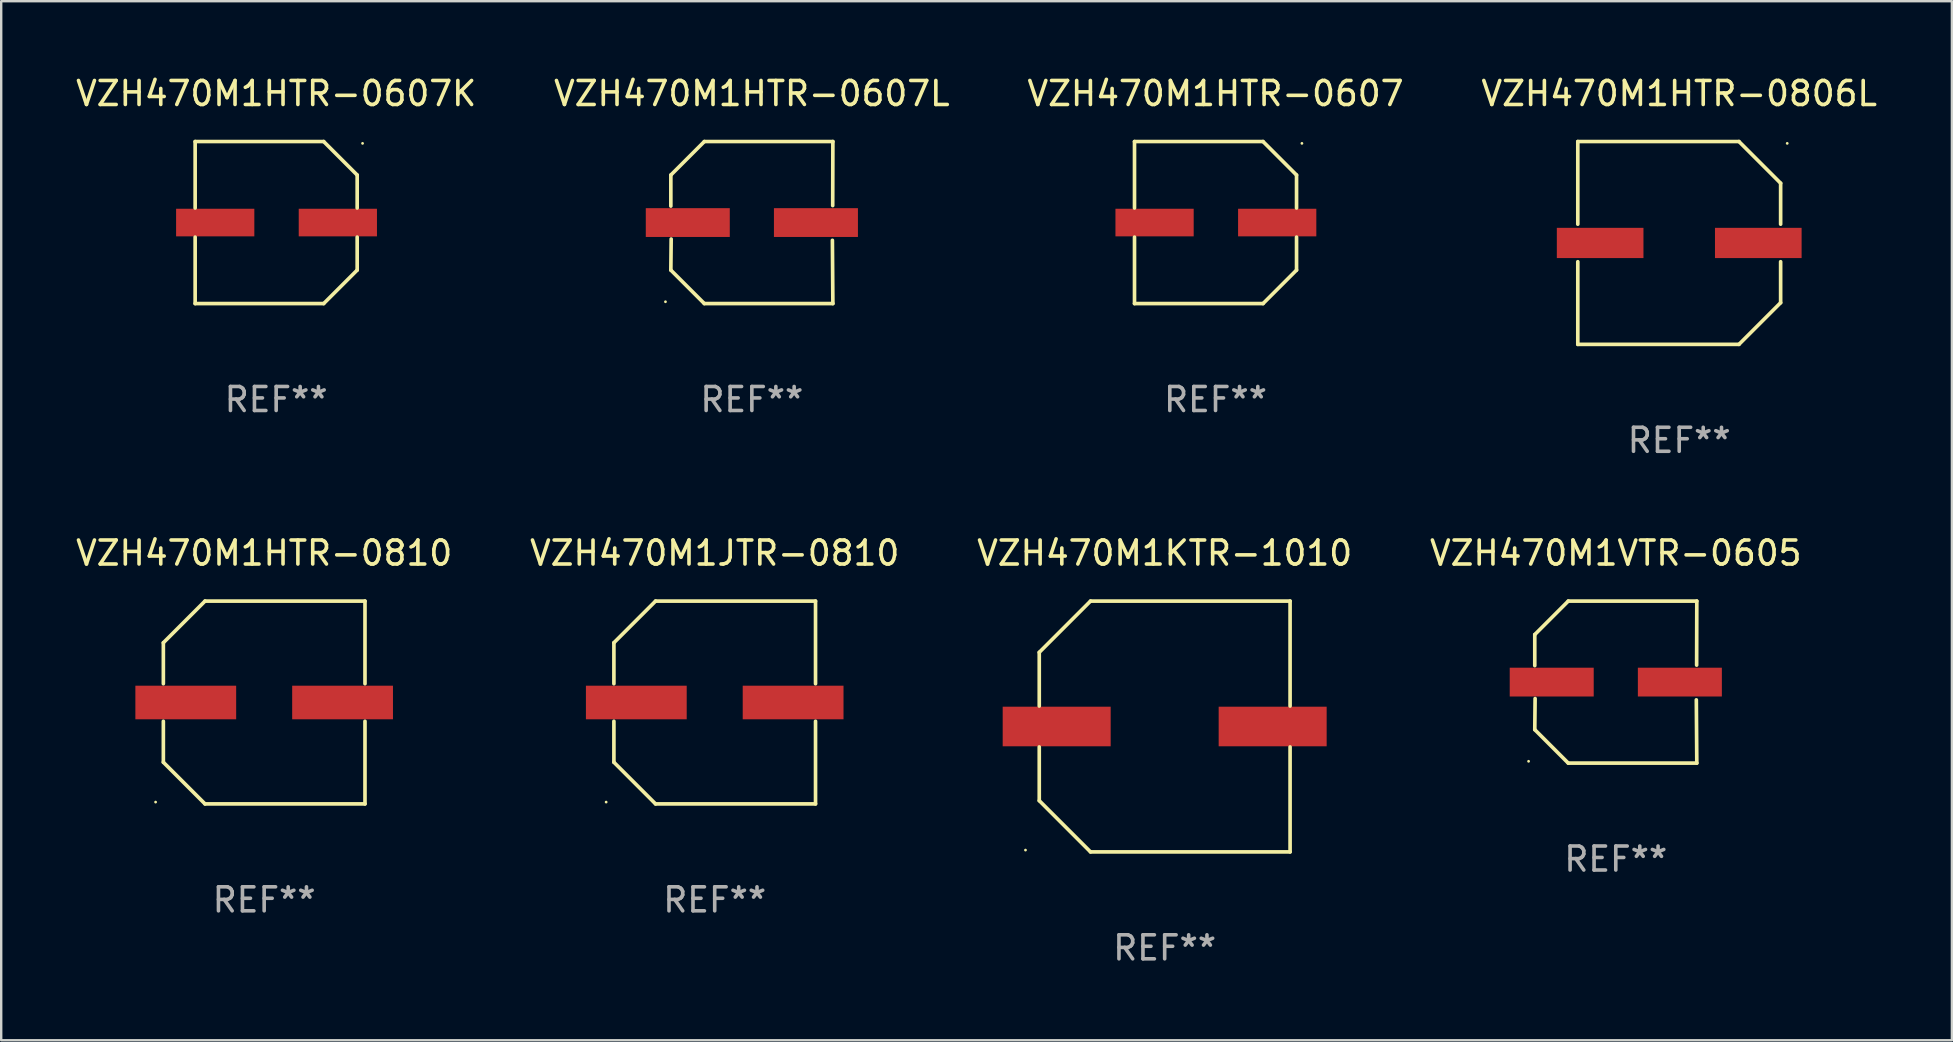
<source format=kicad_pcb>
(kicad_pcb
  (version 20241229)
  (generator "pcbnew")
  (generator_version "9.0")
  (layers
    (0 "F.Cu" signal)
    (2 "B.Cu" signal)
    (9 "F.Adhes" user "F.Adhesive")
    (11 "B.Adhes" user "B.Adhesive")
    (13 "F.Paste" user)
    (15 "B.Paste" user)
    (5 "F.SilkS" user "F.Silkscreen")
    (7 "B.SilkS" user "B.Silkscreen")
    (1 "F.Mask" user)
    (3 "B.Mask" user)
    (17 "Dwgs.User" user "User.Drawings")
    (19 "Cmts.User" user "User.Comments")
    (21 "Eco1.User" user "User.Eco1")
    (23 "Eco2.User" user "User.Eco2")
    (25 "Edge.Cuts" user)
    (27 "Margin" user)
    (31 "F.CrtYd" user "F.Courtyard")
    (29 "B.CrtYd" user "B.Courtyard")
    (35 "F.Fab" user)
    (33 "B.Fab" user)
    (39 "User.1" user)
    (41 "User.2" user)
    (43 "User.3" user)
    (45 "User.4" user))
  (footprint "VZH470M1HTR-0810"
    (layer "F.Cu")
    (at 7.958 26.223)
    (property "Reference" "VZH470M1HTR-0810" (at 0 -6.226 0) (layer "F.SilkS") (effects (font (size 1 1) (thickness 0.15))))
    (attr through_hole)
    (fp_line (start -4.201 -2.49) (end -4.201 -0.782) (stroke (width 0.152) (type solid)) (layer "F.SilkS"))
    (fp_line (start -4.201 2.49) (end -4.201 0.782) (stroke (width 0.152) (type solid)) (layer "F.SilkS"))
    (fp_line (start -2.465 -4.226) (end -4.201 -2.49) (stroke (width 0.152) (type solid)) (layer "F.SilkS"))
    (fp_line (start -2.465 4.226) (end -4.201 2.49) (stroke (width 0.152) (type solid)) (layer "F.SilkS"))
    (fp_line (start 4.201 -4.226) (end -2.465 -4.226) (stroke (width 0.152) (type solid)) (layer "F.SilkS"))
    (fp_line (start 4.201 -0.782) (end 4.201 -4.226) (stroke (width 0.152) (type solid)) (layer "F.SilkS"))
    (fp_line (start 4.201 0.782) (end 4.201 4.226) (stroke (width 0.152) (type solid)) (layer "F.SilkS"))
    (fp_line (start 4.201 4.226) (end -2.465 4.226) (stroke (width 0.152) (type solid)) (layer "F.SilkS"))
    (fp_circle (center -4.524 4.15) (end -4.494 4.15) (stroke (width 0.06) (type solid)) (fill no) (layer "F.SilkS"))
    (fp_text user "REF**" (at 0 8.226 0) (layer "F.Fab") (effects (font (size 1 1) (thickness 0.15))))
    (pad "1" smd rect (at -3.267 0) (size 4.2 1.4) (layers "F.Cu" "F.Mask" "F.Paste"))
    (pad "2" smd rect (at 3.267 0) (size 4.2 1.4) (layers "F.Cu" "F.Mask" "F.Paste")))
  (footprint "VZH470M1JTR-0810"
    (layer "F.Cu")
    (at 26.732 26.223)
    (property "Reference" "VZH470M1JTR-0810" (at 0 -6.226 0) (layer "F.SilkS") (effects (font (size 1 1) (thickness 0.15))))
    (attr through_hole)
    (fp_line (start -4.201 -2.49) (end -4.201 -0.782) (stroke (width 0.152) (type solid)) (layer "F.SilkS"))
    (fp_line (start -4.201 2.49) (end -4.201 0.782) (stroke (width 0.152) (type solid)) (layer "F.SilkS"))
    (fp_line (start -2.465 -4.226) (end -4.201 -2.49) (stroke (width 0.152) (type solid)) (layer "F.SilkS"))
    (fp_line (start -2.465 4.226) (end -4.201 2.49) (stroke (width 0.152) (type solid)) (layer "F.SilkS"))
    (fp_line (start 4.201 -4.226) (end -2.465 -4.226) (stroke (width 0.152) (type solid)) (layer "F.SilkS"))
    (fp_line (start 4.201 -0.782) (end 4.201 -4.226) (stroke (width 0.152) (type solid)) (layer "F.SilkS"))
    (fp_line (start 4.201 0.782) (end 4.201 4.226) (stroke (width 0.152) (type solid)) (layer "F.SilkS"))
    (fp_line (start 4.201 4.226) (end -2.465 4.226) (stroke (width 0.152) (type solid)) (layer "F.SilkS"))
    (fp_circle (center -4.524 4.15) (end -4.494 4.15) (stroke (width 0.06) (type solid)) (fill no) (layer "F.SilkS"))
    (fp_text user "REF**" (at 0 8.226 0) (layer "F.Fab") (effects (font (size 1 1) (thickness 0.15))))
    (pad "1" smd rect (at -3.267 0) (size 4.2 1.4) (layers "F.Cu" "F.Mask" "F.Paste"))
    (pad "2" smd rect (at 3.267 0) (size 4.2 1.4) (layers "F.Cu" "F.Mask" "F.Paste")))
  (footprint "VZH470M1VTR-0605"
    (layer "F.Cu")
    (at 64.28 25.373)
    (property "Reference" "VZH470M1VTR-0605" (at 0 -5.376 0) (layer "F.SilkS") (effects (font (size 1 1) (thickness 0.15))))
    (attr through_hole)
    (fp_line (start -3.376 -1.98) (end -3.376 -0.686) (stroke (width 0.152) (type solid)) (layer "F.SilkS"))
    (fp_line (start -3.376 1.981) (end -3.362 0.686) (stroke (width 0.152) (type solid)) (layer "F.SilkS"))
    (fp_line (start -1.981 3.376) (end -3.376 1.981) (stroke (width 0.152) (type solid)) (layer "F.SilkS"))
    (fp_line (start -1.98 -3.376) (end -3.376 -1.98) (stroke (width 0.152) (type solid)) (layer "F.SilkS"))
    (fp_line (start 3.356 0.74) (end 3.376 3.376) (stroke (width 0.152) (type solid)) (layer "F.SilkS"))
    (fp_line (start 3.369 -0.707) (end 3.376 -3.376) (stroke (width 0.152) (type solid)) (layer "F.SilkS"))
    (fp_line (start 3.376 3.376) (end -1.981 3.376) (stroke (width 0.152) (type solid)) (layer "F.SilkS"))
    (fp_line (start 3.376 -3.376) (end -1.98 -3.376) (stroke (width 0.152) (type solid)) (layer "F.SilkS"))
    (fp_circle (center -3.634 3.3) (end -3.604 3.3) (stroke (width 0.06) (type solid)) (fill no) (layer "F.SilkS"))
    (fp_text user "REF**" (at 0 7.376 0) (layer "F.Fab") (effects (font (size 1 1) (thickness 0.15))))
    (pad "1" smd rect (at -2.67 0.000254) (size 3.5 1.2) (layers "F.Cu" "F.Mask" "F.Paste"))
    (pad "2" smd rect (at 2.67 0.000254) (size 3.5 1.2) (layers "F.Cu" "F.Mask" "F.Paste")))
  (footprint "VZH470M1HTR-0806L"
    (layer "F.Cu")
    (at 66.923 7.074)
    (property "Reference" "VZH470M1HTR-0806L" (at 0 -6.226 0) (layer "F.SilkS") (effects (font (size 1 1) (thickness 0.15))))
    (attr through_hole)
    (fp_line (start -4.226 -4.226) (end 2.49 -4.226) (stroke (width 0.152) (type solid)) (layer "F.SilkS"))
    (fp_line (start -4.226 -0.782) (end -4.226 -4.226) (stroke (width 0.152) (type solid)) (layer "F.SilkS"))
    (fp_line (start -4.226 0.782) (end -4.226 4.226) (stroke (width 0.152) (type solid)) (layer "F.SilkS"))
    (fp_line (start -4.226 4.226) (end 2.49 4.226) (stroke (width 0.152) (type solid)) (layer "F.SilkS"))
    (fp_line (start 2.49 -4.226) (end 4.226 -2.49) (stroke (width 0.152) (type solid)) (layer "F.SilkS"))
    (fp_line (start 2.49 4.226) (end 4.226 2.49) (stroke (width 0.152) (type solid)) (layer "F.SilkS"))
    (fp_line (start 4.226 -2.49) (end 4.226 -0.782) (stroke (width 0.152) (type solid)) (layer "F.SilkS"))
    (fp_line (start 4.226 2.49) (end 4.226 0.782) (stroke (width 0.152) (type solid)) (layer "F.SilkS"))
    (fp_circle (center 4.5 -4.15) (end 4.53 -4.15) (stroke (width 0.06) (type solid)) (fill no) (layer "F.SilkS"))
    (fp_text user "REF**" (at 0 8.226 0) (layer "F.Fab") (effects (font (size 1 1) (thickness 0.15))))
    (pad "1" smd rect (at 3.295 0 180) (size 3.61 1.26) (layers "F.Cu" "F.Mask" "F.Paste"))
    (pad "2" smd rect (at -3.295 0 180) (size 3.61 1.26) (layers "F.Cu" "F.Mask" "F.Paste")))
  (footprint "VZH470M1HTR-0607K"
    (layer "F.Cu")
    (at 8.458 6.224)
    (property "Reference" "VZH470M1HTR-0607K" (at 0 -5.376 0) (layer "F.SilkS") (effects (font (size 1 1) (thickness 0.15))))
    (attr through_hole)
    (fp_line (start -3.376 -3.376) (end 1.98 -3.376) (stroke (width 0.152) (type solid)) (layer "F.SilkS"))
    (fp_line (start -3.376 -0.607) (end -3.376 -3.376) (stroke (width 0.152) (type solid)) (layer "F.SilkS"))
    (fp_line (start -3.376 0.607) (end -3.376 3.376) (stroke (width 0.152) (type solid)) (layer "F.SilkS"))
    (fp_line (start -3.376 3.376) (end 1.98 3.376) (stroke (width 0.152) (type solid)) (layer "F.SilkS"))
    (fp_line (start 1.98 -3.376) (end 3.376 -1.98) (stroke (width 0.152) (type solid)) (layer "F.SilkS"))
    (fp_line (start 1.98 3.376) (end 3.376 1.98) (stroke (width 0.152) (type solid)) (layer "F.SilkS"))
    (fp_line (start 3.376 -1.98) (end 3.376 -0.607) (stroke (width 0.152) (type solid)) (layer "F.SilkS"))
    (fp_line (start 3.376 1.98) (end 3.376 0.607) (stroke (width 0.152) (type solid)) (layer "F.SilkS"))
    (fp_circle (center 3.6 -3.3) (end 3.63 -3.3) (stroke (width 0.06) (type solid)) (fill no) (layer "F.SilkS"))
    (fp_text user "REF**" (at 0 7.376 0) (layer "F.Fab") (effects (font (size 1 1) (thickness 0.15))))
    (pad "1" smd rect (at 2.57 0 180) (size 3.26 1.15) (layers "F.Cu" "F.Mask" "F.Paste"))
    (pad "2" smd rect (at -2.54 0 180) (size 3.26 1.15) (layers "F.Cu" "F.Mask" "F.Paste")))
  (footprint "VZH470M1HTR-0607"
    (layer "F.Cu")
    (at 47.601 6.224)
    (property "Reference" "VZH470M1HTR-0607" (at 0 -5.376 0) (layer "F.SilkS") (effects (font (size 1 1) (thickness 0.15))))
    (attr through_hole)
    (fp_line (start -3.376 -3.376) (end 1.98 -3.376) (stroke (width 0.152) (type solid)) (layer "F.SilkS"))
    (fp_line (start -3.376 -0.607) (end -3.376 -3.376) (stroke (width 0.152) (type solid)) (layer "F.SilkS"))
    (fp_line (start -3.376 0.607) (end -3.376 3.376) (stroke (width 0.152) (type solid)) (layer "F.SilkS"))
    (fp_line (start -3.376 3.376) (end 1.98 3.376) (stroke (width 0.152) (type solid)) (layer "F.SilkS"))
    (fp_line (start 1.98 -3.376) (end 3.376 -1.98) (stroke (width 0.152) (type solid)) (layer "F.SilkS"))
    (fp_line (start 1.98 3.376) (end 3.376 1.98) (stroke (width 0.152) (type solid)) (layer "F.SilkS"))
    (fp_line (start 3.376 -1.98) (end 3.376 -0.607) (stroke (width 0.152) (type solid)) (layer "F.SilkS"))
    (fp_line (start 3.376 1.98) (end 3.376 0.607) (stroke (width 0.152) (type solid)) (layer "F.SilkS"))
    (fp_circle (center 3.6 -3.3) (end 3.63 -3.3) (stroke (width 0.06) (type solid)) (fill no) (layer "F.SilkS"))
    (fp_text user "REF**" (at 0 7.376 0) (layer "F.Fab") (effects (font (size 1 1) (thickness 0.15))))
    (pad "1" smd rect (at 2.57 0 180) (size 3.26 1.15) (layers "F.Cu" "F.Mask" "F.Paste"))
    (pad "2" smd rect (at -2.54 0 180) (size 3.26 1.15) (layers "F.Cu" "F.Mask" "F.Paste")))
  (footprint "VZH470M1HTR-0607L"
    (layer "F.Cu")
    (at 28.28 6.224)
    (property "Reference" "VZH470M1HTR-0607L" (at 0 -5.376 0) (layer "F.SilkS") (effects (font (size 1 1) (thickness 0.15))))
    (attr through_hole)
    (fp_line (start -3.376 -1.98) (end -3.376 -0.686) (stroke (width 0.152) (type solid)) (layer "F.SilkS"))
    (fp_line (start -3.376 1.981) (end -3.362 0.686) (stroke (width 0.152) (type solid)) (layer "F.SilkS"))
    (fp_line (start -1.981 3.376) (end -3.376 1.981) (stroke (width 0.152) (type solid)) (layer "F.SilkS"))
    (fp_line (start -1.98 -3.376) (end -3.376 -1.98) (stroke (width 0.152) (type solid)) (layer "F.SilkS"))
    (fp_line (start 3.356 0.74) (end 3.376 3.376) (stroke (width 0.152) (type solid)) (layer "F.SilkS"))
    (fp_line (start 3.369 -0.707) (end 3.376 -3.376) (stroke (width 0.152) (type solid)) (layer "F.SilkS"))
    (fp_line (start 3.376 3.376) (end -1.981 3.376) (stroke (width 0.152) (type solid)) (layer "F.SilkS"))
    (fp_line (start 3.376 -3.376) (end -1.98 -3.376) (stroke (width 0.152) (type solid)) (layer "F.SilkS"))
    (fp_circle (center -3.6 3.3) (end -3.57 3.3) (stroke (width 0.06) (type solid)) (fill no) (layer "F.SilkS"))
    (fp_text user "REF**" (at 0 7.376 0) (layer "F.Fab") (effects (font (size 1 1) (thickness 0.15))))
    (pad "1" smd rect (at -2.67 0.000381) (size 3.5 1.2) (layers "F.Cu" "F.Mask" "F.Paste"))
    (pad "2" smd rect (at 2.67 0.000381) (size 3.5 1.2) (layers "F.Cu" "F.Mask" "F.Paste")))
  (footprint "VZH470M1KTR-1010"
    (layer "F.Cu")
    (at 45.482 27.223)
    (property "Reference" "VZH470M1KTR-1010" (at 0 -7.226 0) (layer "F.SilkS") (effects (font (size 1 1) (thickness 0.15))))
    (attr through_hole)
    (fp_line (start -5.226 -3.09) (end -5.226 -0.852) (stroke (width 0.152) (type solid)) (layer "F.SilkS"))
    (fp_line (start -5.226 3.09) (end -5.226 0.852) (stroke (width 0.152) (type solid)) (layer "F.SilkS"))
    (fp_line (start -3.09 -5.226) (end -5.226 -3.09) (stroke (width 0.152) (type solid)) (layer "F.SilkS"))
    (fp_line (start -3.09 5.226) (end -5.226 3.09) (stroke (width 0.152) (type solid)) (layer "F.SilkS"))
    (fp_line (start 5.226 -5.226) (end -3.09 -5.226) (stroke (width 0.152) (type solid)) (layer "F.SilkS"))
    (fp_line (start 5.226 -0.852) (end 5.226 -5.226) (stroke (width 0.152) (type solid)) (layer "F.SilkS"))
    (fp_line (start 5.226 0.852) (end 5.226 5.226) (stroke (width 0.152) (type solid)) (layer "F.SilkS"))
    (fp_line (start 5.226 5.226) (end -3.09 5.226) (stroke (width 0.152) (type solid)) (layer "F.SilkS"))
    (fp_circle (center -5.8 5.15) (end -5.77 5.15) (stroke (width 0.06) (type solid)) (fill no) (layer "F.SilkS"))
    (fp_text user "REF**" (at 0 9.226 0) (layer "F.Fab") (effects (font (size 1 1) (thickness 0.15))))
    (pad "1" smd rect (at -4.5 0) (size 4.5 1.65) (layers "F.Cu" "F.Mask" "F.Paste"))
    (pad "2" smd rect (at 4.5 0) (size 4.5 1.65) (layers "F.Cu" "F.Mask" "F.Paste")))
  (gr_rect
    (start -3 -3)
    (end 78.286 40.298)
    (stroke (width 0.1) (type default))
    (fill no)
    (layer "Edge.Cuts")))
</source>
